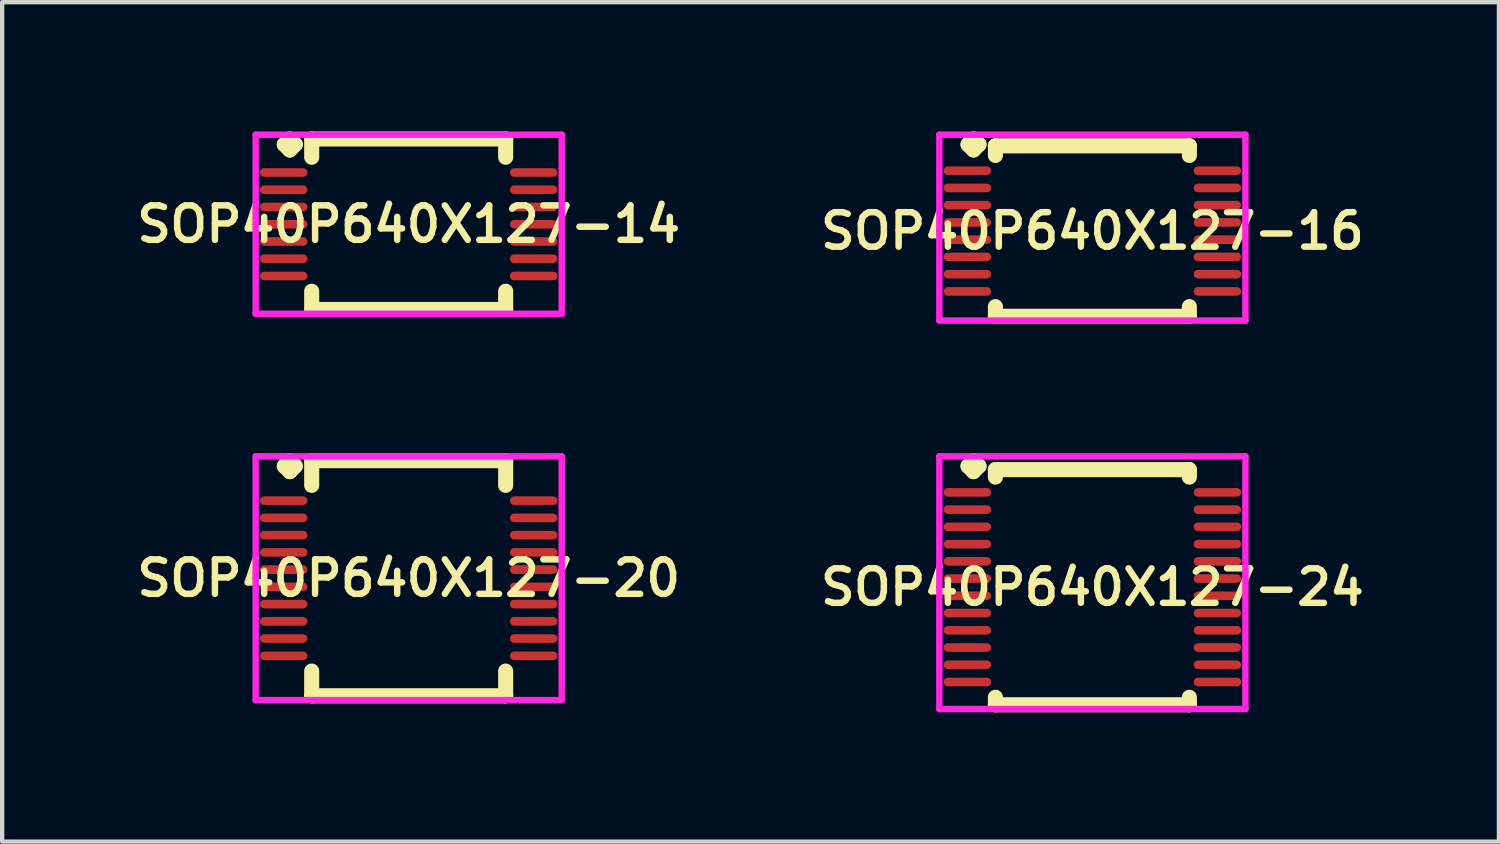
<source format=kicad_pcb>
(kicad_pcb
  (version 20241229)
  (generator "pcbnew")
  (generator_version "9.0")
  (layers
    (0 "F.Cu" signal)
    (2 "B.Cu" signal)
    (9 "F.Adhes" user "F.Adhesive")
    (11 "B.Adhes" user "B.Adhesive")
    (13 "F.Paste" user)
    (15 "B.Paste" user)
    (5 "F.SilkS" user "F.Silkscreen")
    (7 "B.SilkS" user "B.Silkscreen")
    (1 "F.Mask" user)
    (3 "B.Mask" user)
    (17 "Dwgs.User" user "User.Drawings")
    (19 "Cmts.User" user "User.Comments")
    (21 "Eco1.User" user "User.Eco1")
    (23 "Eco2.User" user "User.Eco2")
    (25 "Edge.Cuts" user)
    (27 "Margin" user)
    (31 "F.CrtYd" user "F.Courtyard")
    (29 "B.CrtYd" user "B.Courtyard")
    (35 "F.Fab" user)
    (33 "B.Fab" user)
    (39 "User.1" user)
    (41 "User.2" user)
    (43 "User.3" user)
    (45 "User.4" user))
  (footprint "SOP40P640X127-16"
    (layer "F.Cu")
    (at 22.292 2.31)
    (property "Reference" "SOP40P640X127-16" (at 0 0 0) (layer "F.SilkS") (effects (font (size 0.8 0.8) (thickness 0.15))))
    (attr through_hole)
    (fp_line (start -2.885 -2.008) (end -2.758 -2.135) (stroke (width 0.35) (type solid)) (layer "F.SilkS"))
    (fp_line (start -2.758 -2.135) (end -2.631 -2.008) (stroke (width 0.35) (type solid)) (layer "F.SilkS"))
    (fp_line (start -2.758 -1.881) (end -2.885 -2.008) (stroke (width 0.35) (type solid)) (layer "F.SilkS"))
    (fp_line (start -2.631 -2.008) (end -2.758 -1.881) (stroke (width 0.35) (type solid)) (layer "F.SilkS"))
    (fp_line (start -2.25 -1.977) (end 2.25 -1.977) (stroke (width 0.35) (type solid)) (layer "F.SilkS"))
    (fp_line (start -2.25 -1.754) (end -2.25 -1.977) (stroke (width 0.35) (type solid)) (layer "F.SilkS"))
    (fp_line (start -2.25 1.754) (end -2.25 1.977) (stroke (width 0.35) (type solid)) (layer "F.SilkS"))
    (fp_line (start -2.25 1.977) (end 2.25 1.977) (stroke (width 0.35) (type solid)) (layer "F.SilkS"))
    (fp_line (start 2.25 -1.977) (end 2.25 -1.754) (stroke (width 0.35) (type solid)) (layer "F.SilkS"))
    (fp_line (start 2.25 1.977) (end 2.25 1.754) (stroke (width 0.35) (type solid)) (layer "F.SilkS"))
    (fp_line (start -3.55 -2.235) (end 3.55 -2.235) (stroke (width 0.15) (type solid)) (layer "F.CrtYd"))
    (fp_line (start -3.55 2.077) (end -3.55 -2.235) (stroke (width 0.15) (type solid)) (layer "F.CrtYd"))
    (fp_line (start 3.55 -2.235) (end 3.55 2.077) (stroke (width 0.15) (type solid)) (layer "F.CrtYd"))
    (fp_line (start 3.55 2.077) (end -3.55 2.077) (stroke (width 0.15) (type solid)) (layer "F.CrtYd"))
    (pad "1" smd oval (at -2.9 -1.4) (size 1.1 0.2) (layers "F.Cu" "F.Mask" "F.Paste"))
    (pad "2" smd oval (at -2.9 -1) (size 1.1 0.2) (layers "F.Cu" "F.Mask" "F.Paste"))
    (pad "3" smd oval (at -2.9 -0.6) (size 1.1 0.2) (layers "F.Cu" "F.Mask" "F.Paste"))
    (pad "4" smd oval (at -2.9 -0.2) (size 1.1 0.2) (layers "F.Cu" "F.Mask" "F.Paste"))
    (pad "5" smd oval (at -2.9 0.2) (size 1.1 0.2) (layers "F.Cu" "F.Mask" "F.Paste"))
    (pad "6" smd oval (at -2.9 0.6) (size 1.1 0.2) (layers "F.Cu" "F.Mask" "F.Paste"))
    (pad "7" smd oval (at -2.9 1) (size 1.1 0.2) (layers "F.Cu" "F.Mask" "F.Paste"))
    (pad "8" smd oval (at -2.9 1.4) (size 1.1 0.2) (layers "F.Cu" "F.Mask" "F.Paste"))
    (pad "9" smd oval (at 2.9 1.4) (size 1.1 0.2) (layers "F.Cu" "F.Mask" "F.Paste"))
    (pad "10" smd oval (at 2.9 1) (size 1.1 0.2) (layers "F.Cu" "F.Mask" "F.Paste"))
    (pad "11" smd oval (at 2.9 0.6) (size 1.1 0.2) (layers "F.Cu" "F.Mask" "F.Paste"))
    (pad "12" smd oval (at 2.9 0.2) (size 1.1 0.2) (layers "F.Cu" "F.Mask" "F.Paste"))
    (pad "13" smd oval (at 2.9 -0.2) (size 1.1 0.2) (layers "F.Cu" "F.Mask" "F.Paste"))
    (pad "14" smd oval (at 2.9 -0.6) (size 1.1 0.2) (layers "F.Cu" "F.Mask" "F.Paste"))
    (pad "15" smd oval (at 2.9 -1) (size 1.1 0.2) (layers "F.Cu" "F.Mask" "F.Paste"))
    (pad "16" smd oval (at 2.9 -1.4) (size 1.1 0.2) (layers "F.Cu" "F.Mask" "F.Paste")))
  (footprint "SOP40P640X127-14"
    (layer "F.Cu")
    (at 6.431 2.152)
    (property "Reference" "SOP40P640X127-14" (at 0 0 0) (layer "F.SilkS") (effects (font (size 0.8 0.8) (thickness 0.15))))
    (attr smd)
    (fp_line (start -2.885 -1.85) (end -2.758 -1.977) (stroke (width 0.35) (type solid)) (layer "F.SilkS"))
    (fp_line (start -2.758 -1.977) (end -2.631 -1.85) (stroke (width 0.35) (type solid)) (layer "F.SilkS"))
    (fp_line (start -2.758 -1.723) (end -2.885 -1.85) (stroke (width 0.35) (type solid)) (layer "F.SilkS"))
    (fp_line (start -2.631 -1.85) (end -2.758 -1.723) (stroke (width 0.35) (type solid)) (layer "F.SilkS"))
    (fp_line (start -2.25 -1.977) (end 2.25 -1.977) (stroke (width 0.35) (type solid)) (layer "F.SilkS"))
    (fp_line (start -2.25 -1.554) (end -2.25 -1.977) (stroke (width 0.35) (type solid)) (layer "F.SilkS"))
    (fp_line (start -2.25 1.554) (end -2.25 1.977) (stroke (width 0.35) (type solid)) (layer "F.SilkS"))
    (fp_line (start -2.25 1.977) (end 2.25 1.977) (stroke (width 0.35) (type solid)) (layer "F.SilkS"))
    (fp_line (start 2.25 -1.977) (end 2.25 -1.554) (stroke (width 0.35) (type solid)) (layer "F.SilkS"))
    (fp_line (start 2.25 1.977) (end 2.25 1.554) (stroke (width 0.35) (type solid)) (layer "F.SilkS"))
    (fp_line (start -3.55 -2.077) (end 3.55 -2.077) (stroke (width 0.15) (type solid)) (layer "F.CrtYd"))
    (fp_line (start -3.55 2.077) (end -3.55 -2.077) (stroke (width 0.15) (type solid)) (layer "F.CrtYd"))
    (fp_line (start 3.55 -2.077) (end 3.55 2.077) (stroke (width 0.15) (type solid)) (layer "F.CrtYd"))
    (fp_line (start 3.55 2.077) (end -3.55 2.077) (stroke (width 0.15) (type solid)) (layer "F.CrtYd"))
    (pad "1" smd oval (at -2.9 -1.2) (size 1.1 0.2) (layers "F.Cu" "F.Mask" "F.Paste"))
    (pad "2" smd oval (at -2.9 -0.8) (size 1.1 0.2) (layers "F.Cu" "F.Mask" "F.Paste"))
    (pad "3" smd oval (at -2.9 -0.4) (size 1.1 0.2) (layers "F.Cu" "F.Mask" "F.Paste"))
    (pad "4" smd oval (at -2.9 0) (size 1.1 0.2) (layers "F.Cu" "F.Mask" "F.Paste"))
    (pad "5" smd oval (at -2.9 0.4) (size 1.1 0.2) (layers "F.Cu" "F.Mask" "F.Paste"))
    (pad "6" smd oval (at -2.9 0.8) (size 1.1 0.2) (layers "F.Cu" "F.Mask" "F.Paste"))
    (pad "7" smd oval (at -2.9 1.2) (size 1.1 0.2) (layers "F.Cu" "F.Mask" "F.Paste"))
    (pad "8" smd oval (at 2.9 1.2) (size 1.1 0.2) (layers "F.Cu" "F.Mask" "F.Paste"))
    (pad "9" smd oval (at 2.9 0.8) (size 1.1 0.2) (layers "F.Cu" "F.Mask" "F.Paste"))
    (pad "10" smd oval (at 2.9 0.4) (size 1.1 0.2) (layers "F.Cu" "F.Mask" "F.Paste"))
    (pad "11" smd oval (at 2.9 0) (size 1.1 0.2) (layers "F.Cu" "F.Mask" "F.Paste"))
    (pad "12" smd oval (at 2.9 -0.4) (size 1.1 0.2) (layers "F.Cu" "F.Mask" "F.Paste"))
    (pad "13" smd oval (at 2.9 -0.8) (size 1.1 0.2) (layers "F.Cu" "F.Mask" "F.Paste"))
    (pad "14" smd oval (at 2.9 -1.2) (size 1.1 0.2) (layers "F.Cu" "F.Mask" "F.Paste")))
  (footprint "SOP40P640X127-24"
    (layer "F.Cu")
    (at 22.292 10.572)
    (property "Reference" "SOP40P640X127-24" (at 0 0 0) (layer "F.SilkS") (effects (font (size 0.8 0.8) (thickness 0.15))))
    (attr through_hole)
    (fp_line (start -2.885 -2.808) (end -2.758 -2.935) (stroke (width 0.35) (type solid)) (layer "F.SilkS"))
    (fp_line (start -2.758 -2.935) (end -2.631 -2.808) (stroke (width 0.35) (type solid)) (layer "F.SilkS"))
    (fp_line (start -2.758 -2.681) (end -2.885 -2.808) (stroke (width 0.35) (type solid)) (layer "F.SilkS"))
    (fp_line (start -2.631 -2.808) (end -2.758 -2.681) (stroke (width 0.35) (type solid)) (layer "F.SilkS"))
    (fp_line (start -2.25 -2.727) (end 2.25 -2.727) (stroke (width 0.35) (type solid)) (layer "F.SilkS"))
    (fp_line (start -2.25 -2.554) (end -2.25 -2.727) (stroke (width 0.35) (type solid)) (layer "F.SilkS"))
    (fp_line (start -2.25 2.554) (end -2.25 2.727) (stroke (width 0.35) (type solid)) (layer "F.SilkS"))
    (fp_line (start -2.25 2.727) (end 2.25 2.727) (stroke (width 0.35) (type solid)) (layer "F.SilkS"))
    (fp_line (start 2.25 -2.727) (end 2.25 -2.554) (stroke (width 0.35) (type solid)) (layer "F.SilkS"))
    (fp_line (start 2.25 2.727) (end 2.25 2.554) (stroke (width 0.35) (type solid)) (layer "F.SilkS"))
    (fp_line (start -3.55 -3.035) (end 3.55 -3.035) (stroke (width 0.15) (type solid)) (layer "F.CrtYd"))
    (fp_line (start -3.55 2.827) (end -3.55 -3.035) (stroke (width 0.15) (type solid)) (layer "F.CrtYd"))
    (fp_line (start 3.55 -3.035) (end 3.55 2.827) (stroke (width 0.15) (type solid)) (layer "F.CrtYd"))
    (fp_line (start 3.55 2.827) (end -3.55 2.827) (stroke (width 0.15) (type solid)) (layer "F.CrtYd"))
    (pad "1" smd oval (at -2.9 -2.2) (size 1.1 0.2) (layers "F.Cu" "F.Mask" "F.Paste"))
    (pad "2" smd oval (at -2.9 -1.8) (size 1.1 0.2) (layers "F.Cu" "F.Mask" "F.Paste"))
    (pad "3" smd oval (at -2.9 -1.4) (size 1.1 0.2) (layers "F.Cu" "F.Mask" "F.Paste"))
    (pad "4" smd oval (at -2.9 -1) (size 1.1 0.2) (layers "F.Cu" "F.Mask" "F.Paste"))
    (pad "5" smd oval (at -2.9 -0.6) (size 1.1 0.2) (layers "F.Cu" "F.Mask" "F.Paste"))
    (pad "6" smd oval (at -2.9 -0.2) (size 1.1 0.2) (layers "F.Cu" "F.Mask" "F.Paste"))
    (pad "7" smd oval (at -2.9 0.2) (size 1.1 0.2) (layers "F.Cu" "F.Mask" "F.Paste"))
    (pad "8" smd oval (at -2.9 0.6) (size 1.1 0.2) (layers "F.Cu" "F.Mask" "F.Paste"))
    (pad "9" smd oval (at -2.9 1) (size 1.1 0.2) (layers "F.Cu" "F.Mask" "F.Paste"))
    (pad "10" smd oval (at -2.9 1.4) (size 1.1 0.2) (layers "F.Cu" "F.Mask" "F.Paste"))
    (pad "11" smd oval (at -2.9 1.8) (size 1.1 0.2) (layers "F.Cu" "F.Mask" "F.Paste"))
    (pad "12" smd oval (at -2.9 2.2) (size 1.1 0.2) (layers "F.Cu" "F.Mask" "F.Paste"))
    (pad "13" smd oval (at 2.9 2.2) (size 1.1 0.2) (layers "F.Cu" "F.Mask" "F.Paste"))
    (pad "14" smd oval (at 2.9 1.8) (size 1.1 0.2) (layers "F.Cu" "F.Mask" "F.Paste"))
    (pad "15" smd oval (at 2.9 1.4) (size 1.1 0.2) (layers "F.Cu" "F.Mask" "F.Paste"))
    (pad "16" smd oval (at 2.9 1) (size 1.1 0.2) (layers "F.Cu" "F.Mask" "F.Paste"))
    (pad "17" smd oval (at 2.9 0.6) (size 1.1 0.2) (layers "F.Cu" "F.Mask" "F.Paste"))
    (pad "18" smd oval (at 2.9 0.2) (size 1.1 0.2) (layers "F.Cu" "F.Mask" "F.Paste"))
    (pad "19" smd oval (at 2.9 -0.2) (size 1.1 0.2) (layers "F.Cu" "F.Mask" "F.Paste"))
    (pad "20" smd oval (at 2.9 -0.6) (size 1.1 0.2) (layers "F.Cu" "F.Mask" "F.Paste"))
    (pad "21" smd oval (at 2.9 -1) (size 1.1 0.2) (layers "F.Cu" "F.Mask" "F.Paste"))
    (pad "22" smd oval (at 2.9 -1.4) (size 1.1 0.2) (layers "F.Cu" "F.Mask" "F.Paste"))
    (pad "23" smd oval (at 2.9 -1.8) (size 1.1 0.2) (layers "F.Cu" "F.Mask" "F.Paste"))
    (pad "24" smd oval (at 2.9 -2.2) (size 1.1 0.2) (layers "F.Cu" "F.Mask" "F.Paste")))
  (footprint "SOP40P640X127-20"
    (layer "F.Cu")
    (at 6.431 10.364)
    (property "Reference" "SOP40P640X127-20" (at 0 0 0) (layer "F.SilkS") (effects (font (size 0.8 0.8) (thickness 0.15))))
    (attr smd)
    (fp_line (start -2.885 -2.6) (end -2.758 -2.727) (stroke (width 0.35) (type solid)) (layer "F.SilkS"))
    (fp_line (start -2.758 -2.727) (end -2.631 -2.6) (stroke (width 0.35) (type solid)) (layer "F.SilkS"))
    (fp_line (start -2.758 -2.473) (end -2.885 -2.6) (stroke (width 0.35) (type solid)) (layer "F.SilkS"))
    (fp_line (start -2.631 -2.6) (end -2.758 -2.473) (stroke (width 0.35) (type solid)) (layer "F.SilkS"))
    (fp_line (start -2.25 -2.727) (end 2.25 -2.727) (stroke (width 0.35) (type solid)) (layer "F.SilkS"))
    (fp_line (start -2.25 -2.154) (end -2.25 -2.727) (stroke (width 0.35) (type solid)) (layer "F.SilkS"))
    (fp_line (start -2.25 2.154) (end -2.25 2.727) (stroke (width 0.35) (type solid)) (layer "F.SilkS"))
    (fp_line (start -2.25 2.727) (end 2.25 2.727) (stroke (width 0.35) (type solid)) (layer "F.SilkS"))
    (fp_line (start 2.25 -2.727) (end 2.25 -2.154) (stroke (width 0.35) (type solid)) (layer "F.SilkS"))
    (fp_line (start 2.25 2.727) (end 2.25 2.154) (stroke (width 0.35) (type solid)) (layer "F.SilkS"))
    (fp_line (start -3.55 -2.827) (end 3.55 -2.827) (stroke (width 0.15) (type solid)) (layer "F.CrtYd"))
    (fp_line (start -3.55 2.827) (end -3.55 -2.827) (stroke (width 0.15) (type solid)) (layer "F.CrtYd"))
    (fp_line (start 3.55 -2.827) (end 3.55 2.827) (stroke (width 0.15) (type solid)) (layer "F.CrtYd"))
    (fp_line (start 3.55 2.827) (end -3.55 2.827) (stroke (width 0.15) (type solid)) (layer "F.CrtYd"))
    (pad "1" smd oval (at -2.9 -1.8) (size 1.1 0.2) (layers "F.Cu" "F.Mask" "F.Paste"))
    (pad "2" smd oval (at -2.9 -1.4) (size 1.1 0.2) (layers "F.Cu" "F.Mask" "F.Paste"))
    (pad "3" smd oval (at -2.9 -1) (size 1.1 0.2) (layers "F.Cu" "F.Mask" "F.Paste"))
    (pad "4" smd oval (at -2.9 -0.6) (size 1.1 0.2) (layers "F.Cu" "F.Mask" "F.Paste"))
    (pad "5" smd oval (at -2.9 -0.2) (size 1.1 0.2) (layers "F.Cu" "F.Mask" "F.Paste"))
    (pad "6" smd oval (at -2.9 0.2) (size 1.1 0.2) (layers "F.Cu" "F.Mask" "F.Paste"))
    (pad "7" smd oval (at -2.9 0.6) (size 1.1 0.2) (layers "F.Cu" "F.Mask" "F.Paste"))
    (pad "8" smd oval (at -2.9 1) (size 1.1 0.2) (layers "F.Cu" "F.Mask" "F.Paste"))
    (pad "9" smd oval (at -2.9 1.4) (size 1.1 0.2) (layers "F.Cu" "F.Mask" "F.Paste"))
    (pad "10" smd oval (at -2.9 1.8) (size 1.1 0.2) (layers "F.Cu" "F.Mask" "F.Paste"))
    (pad "11" smd oval (at 2.9 1.8) (size 1.1 0.2) (layers "F.Cu" "F.Mask" "F.Paste"))
    (pad "12" smd oval (at 2.9 1.4) (size 1.1 0.2) (layers "F.Cu" "F.Mask" "F.Paste"))
    (pad "13" smd oval (at 2.9 1) (size 1.1 0.2) (layers "F.Cu" "F.Mask" "F.Paste"))
    (pad "14" smd oval (at 2.9 0.6) (size 1.1 0.2) (layers "F.Cu" "F.Mask" "F.Paste"))
    (pad "15" smd oval (at 2.9 0.2) (size 1.1 0.2) (layers "F.Cu" "F.Mask" "F.Paste"))
    (pad "16" smd oval (at 2.9 -0.2) (size 1.1 0.2) (layers "F.Cu" "F.Mask" "F.Paste"))
    (pad "17" smd oval (at 2.9 -0.6) (size 1.1 0.2) (layers "F.Cu" "F.Mask" "F.Paste"))
    (pad "18" smd oval (at 2.9 -1) (size 1.1 0.2) (layers "F.Cu" "F.Mask" "F.Paste"))
    (pad "19" smd oval (at 2.9 -1.4) (size 1.1 0.2) (layers "F.Cu" "F.Mask" "F.Paste"))
    (pad "20" smd oval (at 2.9 -1.8) (size 1.1 0.2) (layers "F.Cu" "F.Mask" "F.Paste")))
  (gr_rect
    (start -3 -3)
    (end 31.723 16.474)
    (stroke (width 0.1) (type default))
    (fill no)
    (layer "Edge.Cuts")))
</source>
